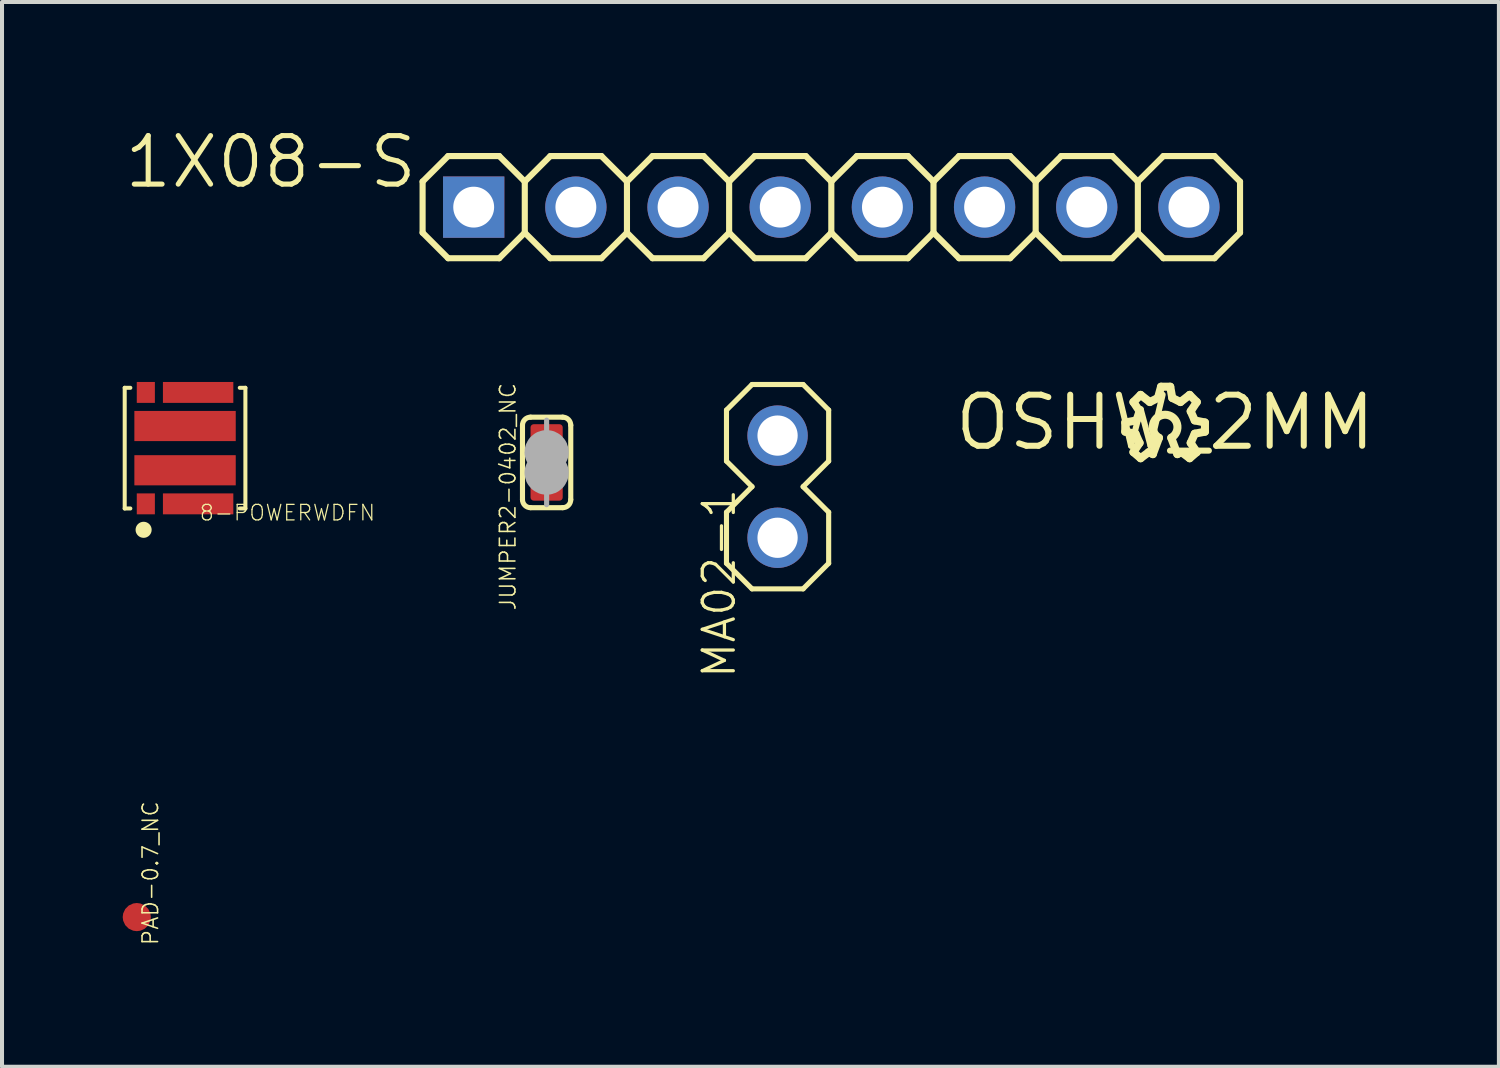
<source format=kicad_pcb>
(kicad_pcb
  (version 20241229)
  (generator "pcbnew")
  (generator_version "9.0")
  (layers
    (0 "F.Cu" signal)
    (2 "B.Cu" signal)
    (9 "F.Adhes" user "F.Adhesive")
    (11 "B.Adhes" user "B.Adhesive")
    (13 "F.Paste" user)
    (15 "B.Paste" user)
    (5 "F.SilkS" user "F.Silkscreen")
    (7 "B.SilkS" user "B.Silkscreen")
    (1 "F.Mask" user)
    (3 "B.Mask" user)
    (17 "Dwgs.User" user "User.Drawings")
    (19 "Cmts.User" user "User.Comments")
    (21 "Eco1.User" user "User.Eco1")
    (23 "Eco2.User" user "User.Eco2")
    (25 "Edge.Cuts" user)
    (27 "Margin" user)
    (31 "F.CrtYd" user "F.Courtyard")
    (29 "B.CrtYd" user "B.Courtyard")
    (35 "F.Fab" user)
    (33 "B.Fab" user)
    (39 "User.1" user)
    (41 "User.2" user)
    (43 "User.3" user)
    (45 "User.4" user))
  (footprint "1X08-S"
    (layer "F.Cu")
    (at 17.615 2.099)
    (property "Reference" "1X08-S" (at -10.236 -1.829 0) (layer "F.SilkS") (effects (font (size 1.206 1.206) (thickness 0.127)) (justify right top)))
    (attr through_hole)
    (fp_line (start -10.16 -0.635) (end -10.16 0.635) (stroke (width 0.152) (type solid)) (layer "F.SilkS"))
    (fp_line (start -10.16 0.635) (end -9.525 1.27) (stroke (width 0.152) (type solid)) (layer "F.SilkS"))
    (fp_line (start -9.525 -1.27) (end -10.16 -0.635) (stroke (width 0.152) (type solid)) (layer "F.SilkS"))
    (fp_line (start -9.525 -1.27) (end -8.255 -1.27) (stroke (width 0.152) (type solid)) (layer "F.SilkS"))
    (fp_line (start -8.255 -1.27) (end -7.62 -0.635) (stroke (width 0.152) (type solid)) (layer "F.SilkS"))
    (fp_line (start -8.255 1.27) (end -9.525 1.27) (stroke (width 0.152) (type solid)) (layer "F.SilkS"))
    (fp_line (start -7.62 -0.635) (end -7.62 0.635) (stroke (width 0.152) (type solid)) (layer "F.SilkS"))
    (fp_line (start -7.62 -0.635) (end -6.985 -1.27) (stroke (width 0.152) (type solid)) (layer "F.SilkS"))
    (fp_line (start -7.62 0.635) (end -8.255 1.27) (stroke (width 0.152) (type solid)) (layer "F.SilkS"))
    (fp_line (start -6.985 -1.27) (end -5.715 -1.27) (stroke (width 0.152) (type solid)) (layer "F.SilkS"))
    (fp_line (start -6.985 1.27) (end -7.62 0.635) (stroke (width 0.152) (type solid)) (layer "F.SilkS"))
    (fp_line (start -5.715 -1.27) (end -5.08 -0.635) (stroke (width 0.152) (type solid)) (layer "F.SilkS"))
    (fp_line (start -5.715 1.27) (end -6.985 1.27) (stroke (width 0.152) (type solid)) (layer "F.SilkS"))
    (fp_line (start -5.08 -0.635) (end -5.08 0.635) (stroke (width 0.152) (type solid)) (layer "F.SilkS"))
    (fp_line (start -5.08 -0.635) (end -4.445 -1.27) (stroke (width 0.152) (type solid)) (layer "F.SilkS"))
    (fp_line (start -5.08 0.635) (end -5.715 1.27) (stroke (width 0.152) (type solid)) (layer "F.SilkS"))
    (fp_line (start -4.445 -1.27) (end -3.175 -1.27) (stroke (width 0.152) (type solid)) (layer "F.SilkS"))
    (fp_line (start -4.445 1.27) (end -5.08 0.635) (stroke (width 0.152) (type solid)) (layer "F.SilkS"))
    (fp_line (start -3.175 -1.27) (end -2.54 -0.635) (stroke (width 0.152) (type solid)) (layer "F.SilkS"))
    (fp_line (start -3.175 1.27) (end -4.445 1.27) (stroke (width 0.152) (type solid)) (layer "F.SilkS"))
    (fp_line (start -2.54 -0.635) (end -2.54 0.635) (stroke (width 0.152) (type solid)) (layer "F.SilkS"))
    (fp_line (start -2.54 0.635) (end -3.175 1.27) (stroke (width 0.152) (type solid)) (layer "F.SilkS"))
    (fp_line (start -2.54 0.635) (end -1.905 1.27) (stroke (width 0.152) (type solid)) (layer "F.SilkS"))
    (fp_line (start -1.905 -1.27) (end -2.54 -0.635) (stroke (width 0.152) (type solid)) (layer "F.SilkS"))
    (fp_line (start -1.905 -1.27) (end -0.635 -1.27) (stroke (width 0.152) (type solid)) (layer "F.SilkS"))
    (fp_line (start -0.635 -1.27) (end 0 -0.635) (stroke (width 0.152) (type solid)) (layer "F.SilkS"))
    (fp_line (start -0.635 1.27) (end -1.905 1.27) (stroke (width 0.152) (type solid)) (layer "F.SilkS"))
    (fp_line (start 0 -0.635) (end 0 0.635) (stroke (width 0.152) (type solid)) (layer "F.SilkS"))
    (fp_line (start 0 -0.635) (end 0.635 -1.27) (stroke (width 0.152) (type solid)) (layer "F.SilkS"))
    (fp_line (start 0 0.635) (end -0.635 1.27) (stroke (width 0.152) (type solid)) (layer "F.SilkS"))
    (fp_line (start 0.635 -1.27) (end 1.905 -1.27) (stroke (width 0.152) (type solid)) (layer "F.SilkS"))
    (fp_line (start 0.635 1.27) (end 0 0.635) (stroke (width 0.152) (type solid)) (layer "F.SilkS"))
    (fp_line (start 1.905 -1.27) (end 2.54 -0.635) (stroke (width 0.152) (type solid)) (layer "F.SilkS"))
    (fp_line (start 1.905 1.27) (end 0.635 1.27) (stroke (width 0.152) (type solid)) (layer "F.SilkS"))
    (fp_line (start 2.54 -0.635) (end 2.54 0.635) (stroke (width 0.152) (type solid)) (layer "F.SilkS"))
    (fp_line (start 2.54 -0.635) (end 3.175 -1.27) (stroke (width 0.152) (type solid)) (layer "F.SilkS"))
    (fp_line (start 2.54 0.635) (end 1.905 1.27) (stroke (width 0.152) (type solid)) (layer "F.SilkS"))
    (fp_line (start 3.175 -1.27) (end 4.445 -1.27) (stroke (width 0.152) (type solid)) (layer "F.SilkS"))
    (fp_line (start 3.175 1.27) (end 2.54 0.635) (stroke (width 0.152) (type solid)) (layer "F.SilkS"))
    (fp_line (start 4.445 -1.27) (end 5.08 -0.635) (stroke (width 0.152) (type solid)) (layer "F.SilkS"))
    (fp_line (start 4.445 1.27) (end 3.175 1.27) (stroke (width 0.152) (type solid)) (layer "F.SilkS"))
    (fp_line (start 5.08 -0.635) (end 5.08 0.635) (stroke (width 0.152) (type solid)) (layer "F.SilkS"))
    (fp_line (start 5.08 0.635) (end 4.445 1.27) (stroke (width 0.152) (type solid)) (layer "F.SilkS"))
    (fp_line (start 5.08 0.635) (end 5.715 1.27) (stroke (width 0.152) (type solid)) (layer "F.SilkS"))
    (fp_line (start 5.715 -1.27) (end 5.08 -0.635) (stroke (width 0.152) (type solid)) (layer "F.SilkS"))
    (fp_line (start 5.715 -1.27) (end 6.985 -1.27) (stroke (width 0.152) (type solid)) (layer "F.SilkS"))
    (fp_line (start 6.985 -1.27) (end 7.62 -0.635) (stroke (width 0.152) (type solid)) (layer "F.SilkS"))
    (fp_line (start 6.985 1.27) (end 5.715 1.27) (stroke (width 0.152) (type solid)) (layer "F.SilkS"))
    (fp_line (start 7.62 -0.635) (end 7.62 0.635) (stroke (width 0.152) (type solid)) (layer "F.SilkS"))
    (fp_line (start 7.62 0.635) (end 6.985 1.27) (stroke (width 0.152) (type solid)) (layer "F.SilkS"))
    (fp_line (start 7.62 0.635) (end 8.255 1.27) (stroke (width 0.152) (type solid)) (layer "F.SilkS"))
    (fp_line (start 8.255 -1.27) (end 7.62 -0.635) (stroke (width 0.152) (type solid)) (layer "F.SilkS"))
    (fp_line (start 8.255 -1.27) (end 9.525 -1.27) (stroke (width 0.152) (type solid)) (layer "F.SilkS"))
    (fp_line (start 9.525 -1.27) (end 10.16 -0.635) (stroke (width 0.152) (type solid)) (layer "F.SilkS"))
    (fp_line (start 9.525 1.27) (end 8.255 1.27) (stroke (width 0.152) (type solid)) (layer "F.SilkS"))
    (fp_line (start 10.16 -0.635) (end 10.16 0.635) (stroke (width 0.152) (type solid)) (layer "F.SilkS"))
    (fp_line (start 10.16 0.635) (end 9.525 1.27) (stroke (width 0.152) (type solid)) (layer "F.SilkS"))
    (fp_poly (pts (xy -9.144 0.254) (xy -8.636 0.254) (xy -8.636 -0.254) (xy -9.144 -0.254)) (stroke (width 0.1) (type solid)) (fill no) (layer "F.Fab"))
    (fp_poly (pts (xy -6.604 0.254) (xy -6.096 0.254) (xy -6.096 -0.254) (xy -6.604 -0.254)) (stroke (width 0.1) (type solid)) (fill no) (layer "F.Fab"))
    (fp_poly (pts (xy -4.064 0.254) (xy -3.556 0.254) (xy -3.556 -0.254) (xy -4.064 -0.254)) (stroke (width 0.1) (type solid)) (fill no) (layer "F.Fab"))
    (fp_poly (pts (xy -1.524 0.254) (xy -1.016 0.254) (xy -1.016 -0.254) (xy -1.524 -0.254)) (stroke (width 0.1) (type solid)) (fill no) (layer "F.Fab"))
    (fp_poly (pts (xy 1.016 0.254) (xy 1.524 0.254) (xy 1.524 -0.254) (xy 1.016 -0.254)) (stroke (width 0.1) (type solid)) (fill no) (layer "F.Fab"))
    (fp_poly (pts (xy 3.556 0.254) (xy 4.064 0.254) (xy 4.064 -0.254) (xy 3.556 -0.254)) (stroke (width 0.1) (type solid)) (fill no) (layer "F.Fab"))
    (fp_poly (pts (xy 6.096 0.254) (xy 6.604 0.254) (xy 6.604 -0.254) (xy 6.096 -0.254)) (stroke (width 0.1) (type solid)) (fill no) (layer "F.Fab"))
    (fp_poly (pts (xy 8.636 0.254) (xy 9.144 0.254) (xy 9.144 -0.254) (xy 8.636 -0.254)) (stroke (width 0.1) (type solid)) (fill no) (layer "F.Fab"))
    (pad "1" thru_hole rect (at -8.89 0) (size 1.524 1.524) (drill 1.016) (layers "*.Cu" "*.Mask"))
    (pad "2" thru_hole circle (at -6.35 0) (size 1.524 1.524) (drill 1.016) (layers "*.Cu" "*.Mask"))
    (pad "3" thru_hole circle (at -3.81 0) (size 1.524 1.524) (drill 1.016) (layers "*.Cu" "*.Mask"))
    (pad "4" thru_hole circle (at -1.27 0) (size 1.524 1.524) (drill 1.016) (layers "*.Cu" "*.Mask"))
    (pad "5" thru_hole circle (at 1.27 0) (size 1.524 1.524) (drill 1.016) (layers "*.Cu" "*.Mask"))
    (pad "6" thru_hole circle (at 3.81 0) (size 1.524 1.524) (drill 1.016) (layers "*.Cu" "*.Mask"))
    (pad "7" thru_hole circle (at 6.35 0) (size 1.524 1.524) (drill 1.016) (layers "*.Cu" "*.Mask"))
    (pad "8" thru_hole circle (at 8.89 0) (size 1.524 1.524) (drill 1.016) (layers "*.Cu" "*.Mask")))
  (footprint "OSHW_2MM"
    (layer "F.Cu")
    (at 25.912 7.451)
    (property "Reference" "OSHW_2MM" (at 0 0 0) (layer "F.SilkS") (effects (font (size 1.27 1.27) (thickness 0.15))))
    (attr through_hole)
    (fp_line (start -0.99 0.001) (end -0.711 -0.05) (stroke (width 0.2) (type solid)) (layer "F.SilkS"))
    (fp_line (start -0.99 0.23) (end -0.99 0.001) (stroke (width 0.2) (type solid)) (layer "F.SilkS"))
    (fp_line (start -0.787 -0.507) (end -0.609 -0.685) (stroke (width 0.2) (type solid)) (layer "F.SilkS"))
    (fp_line (start -0.787 0.738) (end -0.634 0.509) (stroke (width 0.2) (type solid)) (layer "F.SilkS"))
    (fp_line (start -0.736 0.28) (end -0.99 0.23) (stroke (width 0.2) (type solid)) (layer "F.SilkS"))
    (fp_line (start -0.711 -0.05) (end -0.634 -0.278) (stroke (width 0.2) (type solid)) (layer "F.SilkS"))
    (fp_line (start -0.634 -0.278) (end -0.787 -0.507) (stroke (width 0.2) (type solid)) (layer "F.SilkS"))
    (fp_line (start -0.634 0.509) (end -0.736 0.28) (stroke (width 0.2) (type solid)) (layer "F.SilkS"))
    (fp_line (start -0.609 -0.685) (end -0.38 -0.507) (stroke (width 0.2) (type solid)) (layer "F.SilkS"))
    (fp_line (start -0.609 0.89) (end -0.787 0.738) (stroke (width 0.2) (type solid)) (layer "F.SilkS"))
    (fp_line (start -0.406 0.738) (end -0.609 0.89) (stroke (width 0.2) (type solid)) (layer "F.SilkS"))
    (fp_line (start -0.38 -0.507) (end -0.177 -0.609) (stroke (width 0.2) (type solid)) (layer "F.SilkS"))
    (fp_line (start -0.304 0.788) (end -0.406 0.738) (stroke (width 0.2) (type solid)) (layer "F.SilkS"))
    (fp_line (start -0.177 -0.609) (end -0.101 -0.888) (stroke (width 0.2) (type solid)) (layer "F.SilkS"))
    (fp_line (start -0.152 0.382) (end -0.304 0.788) (stroke (width 0.2) (type solid)) (layer "F.SilkS"))
    (fp_line (start -0.101 -0.888) (end 0.128 -0.888) (stroke (width 0.2) (type solid)) (layer "F.SilkS"))
    (fp_line (start 0.128 -0.888) (end 0.178 -0.609) (stroke (width 0.2) (type solid)) (layer "F.SilkS"))
    (fp_line (start 0.178 -0.609) (end 0.382 -0.507) (stroke (width 0.2) (type solid)) (layer "F.SilkS"))
    (fp_line (start 0.305 0.788) (end 0.153 0.382) (stroke (width 0.2) (type solid)) (layer "F.SilkS"))
    (fp_line (start 0.382 -0.507) (end 0.61 -0.685) (stroke (width 0.2) (type solid)) (layer "F.SilkS"))
    (fp_line (start 0.407 0.738) (end 0.305 0.788) (stroke (width 0.2) (type solid)) (layer "F.SilkS"))
    (fp_line (start 0.61 -0.685) (end 0.788 -0.507) (stroke (width 0.2) (type solid)) (layer "F.SilkS"))
    (fp_line (start 0.61 0.89) (end 0.407 0.738) (stroke (width 0.2) (type solid)) (layer "F.SilkS"))
    (fp_line (start 0.636 -0.278) (end 0.737 -0.05) (stroke (width 0.2) (type solid)) (layer "F.SilkS"))
    (fp_line (start 0.636 0.509) (end 0.788 0.738) (stroke (width 0.2) (type solid)) (layer "F.SilkS"))
    (fp_line (start 0.737 -0.05) (end 0.991 0.001) (stroke (width 0.2) (type solid)) (layer "F.SilkS"))
    (fp_line (start 0.737 0.28) (end 0.636 0.509) (stroke (width 0.2) (type solid)) (layer "F.SilkS"))
    (fp_line (start 0.788 -0.507) (end 0.636 -0.278) (stroke (width 0.2) (type solid)) (layer "F.SilkS"))
    (fp_line (start 0.788 0.738) (end 0.61 0.89) (stroke (width 0.2) (type solid)) (layer "F.SilkS"))
    (fp_line (start 0.991 0.001) (end 0.991 0.23) (stroke (width 0.2) (type solid)) (layer "F.SilkS"))
    (fp_line (start 0.991 0.23) (end 0.737 0.28) (stroke (width 0.2) (type solid)) (layer "F.SilkS"))
    (fp_arc (start -0.1518 0.382) (mid 0.0006 -0.191872) (end 0.153 0.382) (stroke (width 0.2) (type solid)) (layer "F.SilkS")))
  (footprint "MA02-1"
    (layer "F.Cu")
    (at 16.279 9.048)
    (property "Reference" "MA02-1" (at -1.905 0 90) (layer "F.SilkS") (effects (font (size 0.772 0.772) (thickness 0.081)) (justify right top)))
    (attr through_hole)
    (fp_line (start -1.27 -0.635) (end -1.27 -1.905) (stroke (width 0.127) (type solid)) (layer "F.SilkS"))
    (fp_line (start -1.27 0.635) (end -0.635 0) (stroke (width 0.127) (type solid)) (layer "F.SilkS"))
    (fp_line (start -1.27 1.905) (end -1.27 0.635) (stroke (width 0.127) (type solid)) (layer "F.SilkS"))
    (fp_line (start -0.635 -2.54) (end -1.27 -1.905) (stroke (width 0.127) (type solid)) (layer "F.SilkS"))
    (fp_line (start -0.635 0) (end -1.27 -0.635) (stroke (width 0.127) (type solid)) (layer "F.SilkS"))
    (fp_line (start -0.635 2.54) (end -1.27 1.905) (stroke (width 0.127) (type solid)) (layer "F.SilkS"))
    (fp_line (start 0.635 -2.54) (end -0.635 -2.54) (stroke (width 0.127) (type solid)) (layer "F.SilkS"))
    (fp_line (start 0.635 0) (end 1.27 0.635) (stroke (width 0.127) (type solid)) (layer "F.SilkS"))
    (fp_line (start 0.635 2.54) (end -0.635 2.54) (stroke (width 0.127) (type solid)) (layer "F.SilkS"))
    (fp_line (start 1.27 -1.905) (end 0.635 -2.54) (stroke (width 0.127) (type solid)) (layer "F.SilkS"))
    (fp_line (start 1.27 -1.905) (end 1.27 -0.635) (stroke (width 0.127) (type solid)) (layer "F.SilkS"))
    (fp_line (start 1.27 -0.635) (end 0.635 0) (stroke (width 0.127) (type solid)) (layer "F.SilkS"))
    (fp_line (start 1.27 0.635) (end 1.27 1.905) (stroke (width 0.127) (type solid)) (layer "F.SilkS"))
    (fp_line (start 1.27 1.905) (end 0.635 2.54) (stroke (width 0.127) (type solid)) (layer "F.SilkS"))
    (pad "1" thru_hole circle (at 0 -1.27) (size 1.5 1.5) (drill 1) (layers "*.Cu" "*.Mask"))
    (pad "2" thru_hole circle (at 0 1.27) (size 1.5 1.5) (drill 1) (layers "*.Cu" "*.Mask")))
  (footprint "8-POWERWDFN"
    (layer "F.Cu")
    (at 1.55 8.09)
    (property "Reference" "8-POWERWDFN" (at 0.338 1.832 180) (layer "F.SilkS") (effects (font (size 0.386 0.386) (thickness 0.031)) (justify left bottom)))
    (attr through_hole)
    (fp_line (start -1.5 -1.5) (end -1.36 -1.5) (stroke (width 0.1) (type solid)) (layer "F.SilkS"))
    (fp_line (start -1.5 1.5) (end -1.5 -1.5) (stroke (width 0.1) (type solid)) (layer "F.SilkS"))
    (fp_line (start -1.5 1.5) (end -1.36 1.5) (stroke (width 0.1) (type solid)) (layer "F.SilkS"))
    (fp_line (start 1.36 -1.5) (end 1.5 -1.5) (stroke (width 0.1) (type solid)) (layer "F.SilkS"))
    (fp_line (start 1.36 1.5) (end 1.5 1.5) (stroke (width 0.1) (type solid)) (layer "F.SilkS"))
    (fp_line (start 1.5 -1.5) (end 1.5 1.5) (stroke (width 0.1) (type solid)) (layer "F.SilkS"))
    (fp_circle (center -1.03 2.03) (end -0.93 2.03) (stroke (width 0.2) (type solid)) (fill no) (layer "F.SilkS"))
    (pad "P$1" smd rect (at -0.975 1.385) (size 0.45 0.52) (layers "F.Cu" "F.Mask" "F.Paste"))
    (pad "P$4" smd rect (at 0.325 1.385) (size 1.75 0.52) (layers "F.Cu" "F.Mask" "F.Paste"))
    (pad "P$5" smd rect (at 0.325 -1.385) (size 1.75 0.52) (layers "F.Cu" "F.Mask" "F.Paste"))
    (pad "P$8" smd rect (at -0.975 -1.385 180) (size 0.45 0.52) (layers "F.Cu" "F.Mask" "F.Paste"))
    (pad "P$D1" smd rect (at 0 0.55) (size 2.52 0.75) (layers "F.Cu" "F.Mask" "F.Paste"))
    (pad "P$D2" smd rect (at 0 -0.55) (size 2.52 0.75) (layers "F.Cu" "F.Mask" "F.Paste")))
  (footprint "JUMPER2-0402_NC"
    (layer "F.Cu")
    (at 10.538 8.445)
    (property "Reference" "JUMPER2-0402_NC" (at -0.965 0.851 270) (layer "F.SilkS") (effects (font (size 0.386 0.386) (thickness 0.039))))
    (attr through_hole)
    (fp_poly (pts (xy -0.55 0.1) (xy 0.55 0.1) (xy 0.55 -0.1) (xy -0.55 -0.1)) (stroke (width 0) (type solid)) (fill yes) (layer "F.Mask"))
    (fp_line (start -0.6 0.925) (end -0.6 -0.925) (stroke (width 0.127) (type solid)) (layer "F.SilkS"))
    (fp_line (start -0.4 -1.125) (end 0.4 -1.125) (stroke (width 0.127) (type solid)) (layer "F.SilkS"))
    (fp_line (start -0.4 1.125) (end 0.4 1.125) (stroke (width 0.127) (type solid)) (layer "F.SilkS"))
    (fp_line (start 0.6 -0.925) (end 0.6 0.925) (stroke (width 0.127) (type solid)) (layer "F.SilkS"))
    (fp_arc (start -0.6 -0.925) (mid -0.541421 -1.066421) (end -0.4 -1.125) (stroke (width 0.127) (type solid)) (layer "F.SilkS"))
    (fp_arc (start -0.4 1.125) (mid -0.541421 1.066421) (end -0.6 0.925) (stroke (width 0.127) (type solid)) (layer "F.SilkS"))
    (fp_arc (start 0.4 -1.125) (mid 0.541421 -1.066421) (end 0.6 -0.925) (stroke (width 0.127) (type solid)) (layer "F.SilkS"))
    (fp_arc (start 0.6 0.925) (mid 0.541421 1.066421) (end 0.4 1.125) (stroke (width 0.127) (type solid)) (layer "F.SilkS"))
    (fp_line (start 0 -0.8) (end 0 -1.05) (stroke (width 0.127) (type solid)) (layer "F.Fab"))
    (fp_line (start 0 0.8) (end 0 1.05) (stroke (width 0.127) (type solid)) (layer "F.Fab"))
    (fp_arc (start -0.05 -0.254) (mid 0 -0.304) (end 0.05 -0.254) (stroke (width 1) (type solid)) (layer "F.Fab"))
    (fp_arc (start 0.05 0.254) (mid 0 0.304) (end -0.05 0.254) (stroke (width 1) (type solid)) (layer "F.Fab"))
    (pad "1" smd roundrect (at 0 -0.55) (size 0.8 0.8) (layers "F.Cu" "F.Mask") (roundrect_rratio 0.1))
    (pad "2" smd roundrect (at 0 0.55) (size 0.8 0.8) (layers "F.Cu" "F.Mask") (roundrect_rratio 0.1)))
  (footprint "PAD-0.7_NC"
    (layer "F.Cu")
    (at 0.35 19.747)
    (property "Reference" "PAD-0.7_NC" (at 0.34 -1.091 90) (layer "F.SilkS") (effects (font (size 0.386 0.386) (thickness 0.039))))
    (attr through_hole)
    (pad "1" smd roundrect (at 0 0) (size 0.7 0.7) (layers "F.Cu" "F.Mask") (roundrect_rratio 0.5)))
  (gr_rect
    (start -3 -3)
    (end 34.21 23.468)
    (stroke (width 0.1) (type default))
    (fill no)
    (layer "Edge.Cuts")))
</source>
